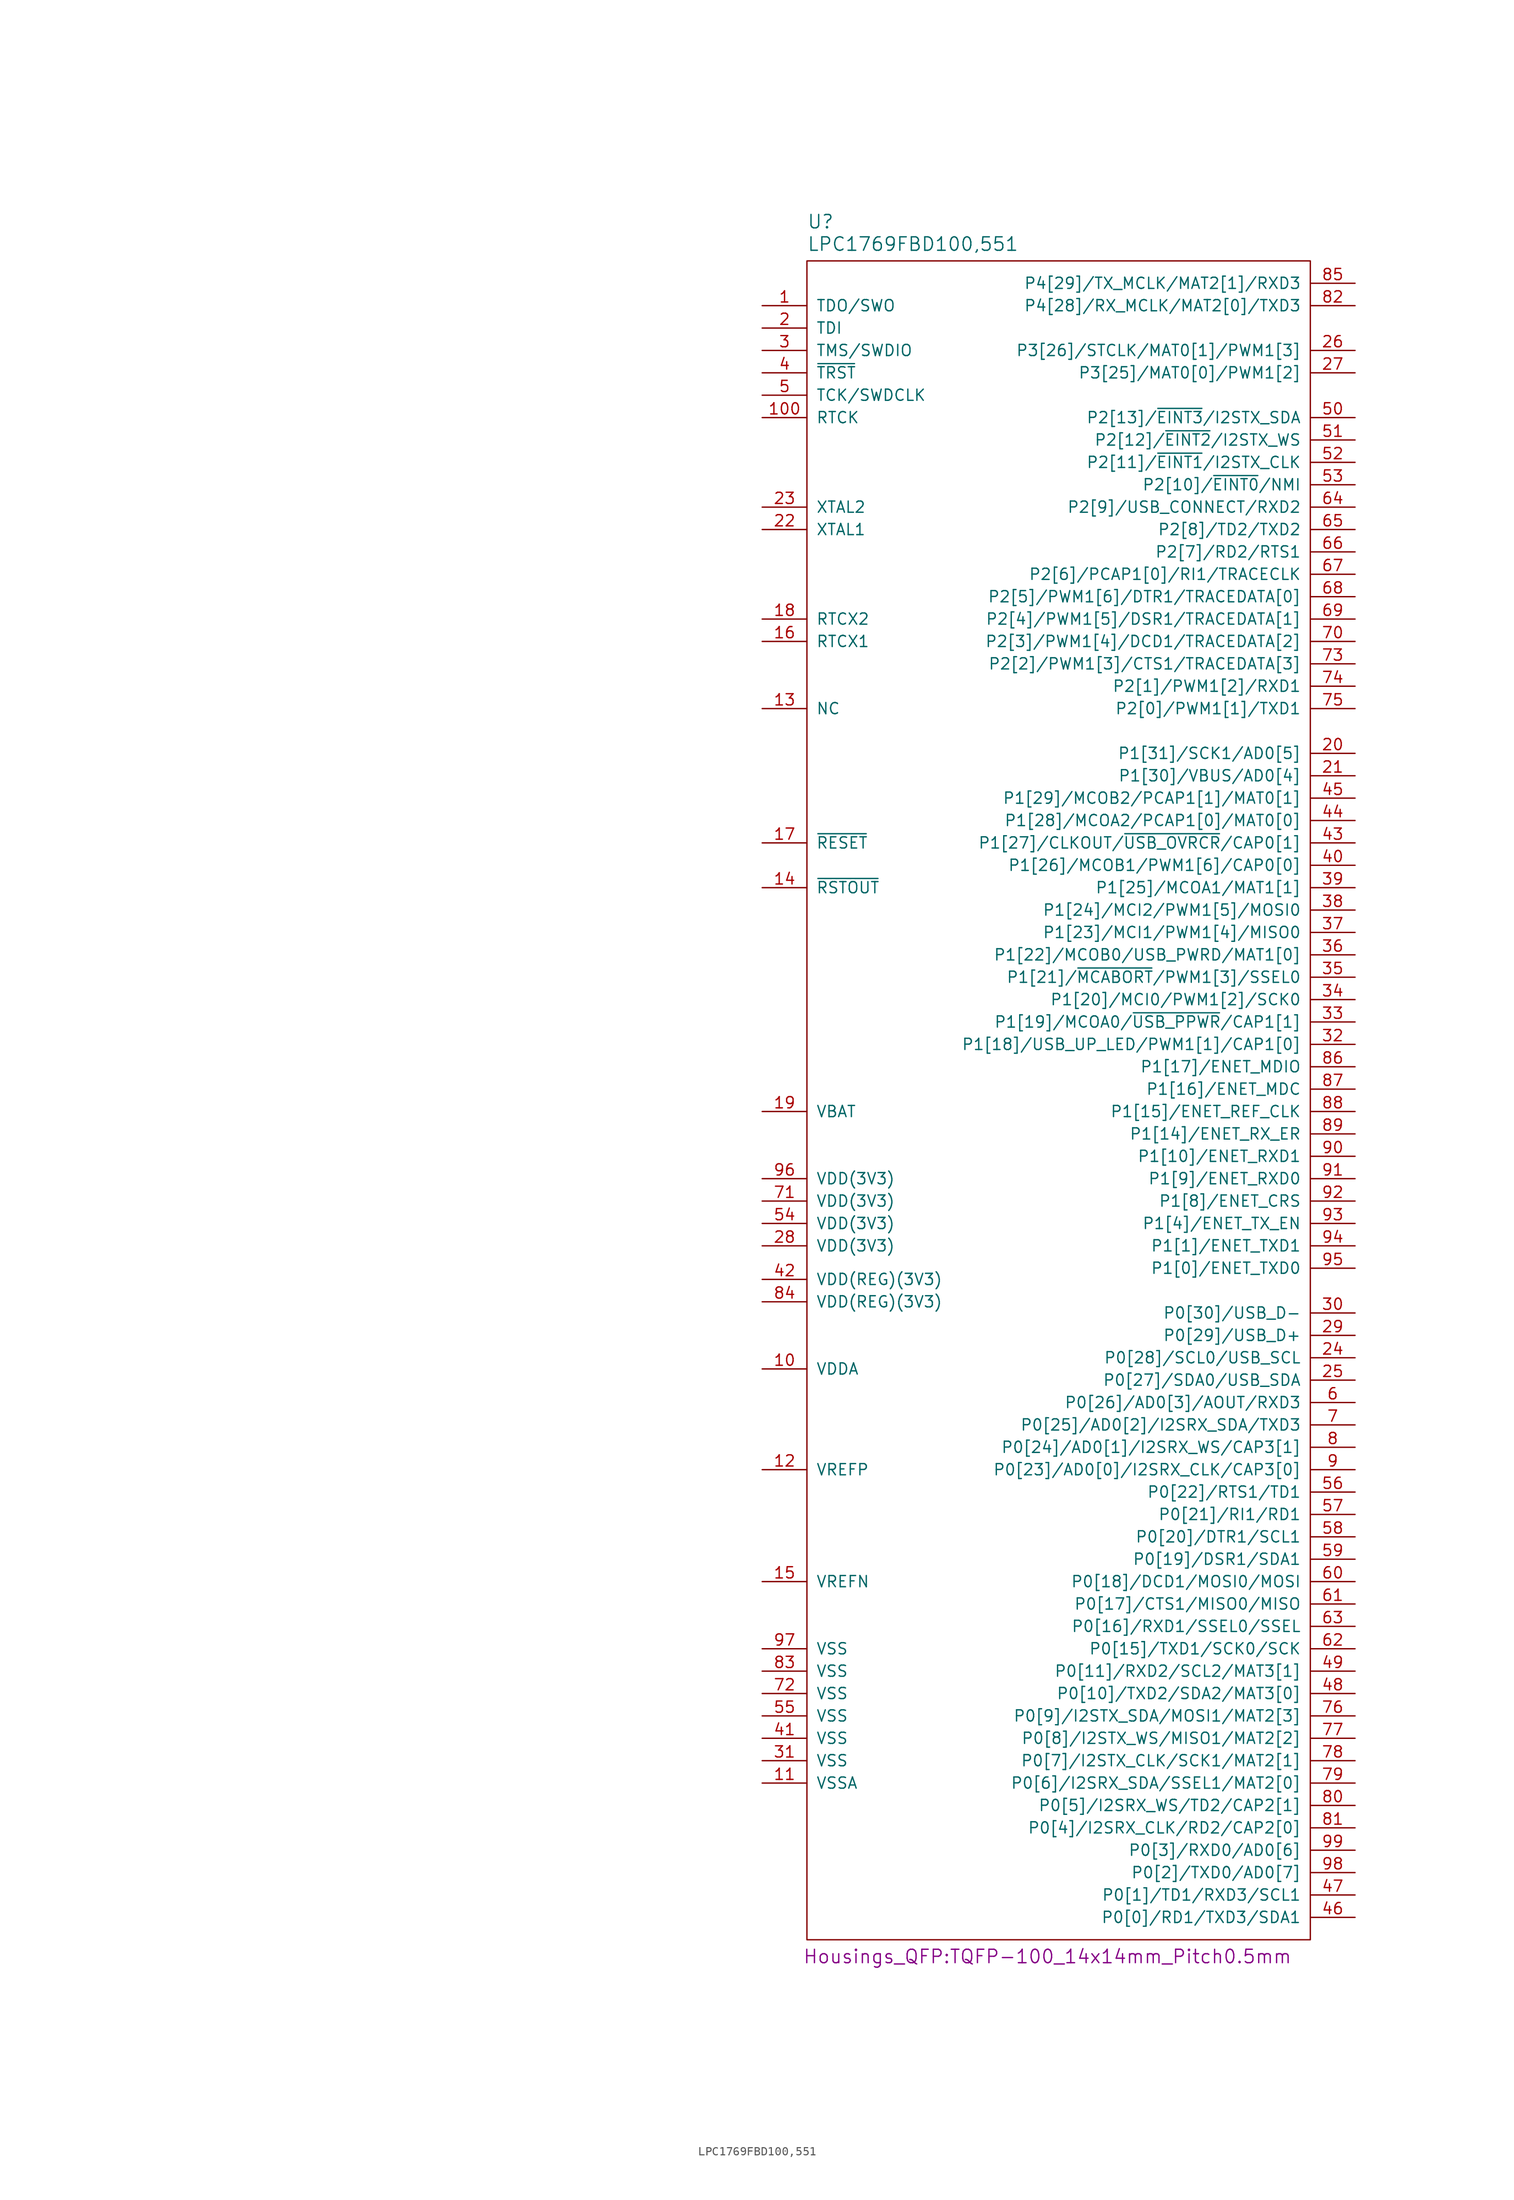
<source format=kicad_sym>
(kicad_symbol_lib
  (version 20211014)
  (generator kicad_symbol_editor)
  (symbol "LPC1769FBD100,551"
    (pin_names
      (offset 1.016))
    (property "Reference" "U"
      (at -29.21 102.235 0)
      (effects (font (size 1.524 1.524)) (justify left)))
    (property "Value" "LPC1769FBD100,551"
      (at -29.21 99.695 0)
      (effects (font (size 1.524 1.524)) (justify left)))
    (property "Footprint" "Housings_QFP:TQFP-100_14x14mm_Pitch0.5mm"
      (at -1.905 -94.615 0)
      (effects (font (size 1.524 1.524))))
    (property "Datasheet" ""
      (at -102.87 -41.91 0)
      (effects (font (size 1.524 1.524))))
    (symbol "LPC1769FBD100,551_0_1"
      (rectangle (start 27.94 -92.71) (end -29.21 97.79) (stroke (width 0) (type default) (color 0 0 0 0)) (fill (type none))))
    (symbol "LPC1769FBD100,551_1_1"
      (pin bidirectional line (at -34.29 92.71 0) (length 5.08) (name "TDO/SWO" (effects (font (size 1.27 1.27)))) (number "1" (effects (font (size 1.27 1.27)))))
      (pin bidirectional line (at -34.29 -27.94 0) (length 5.08) (name "VDDA" (effects (font (size 1.27 1.27)))) (number "10" (effects (font (size 1.27 1.27)))))
      (pin bidirectional line (at -34.29 80.01 0) (length 5.08) (name "RTCK" (effects (font (size 1.27 1.27)))) (number "100" (effects (font (size 1.27 1.27)))))
      (pin bidirectional line (at -34.29 -74.93 0) (length 5.08) (name "VSSA" (effects (font (size 1.27 1.27)))) (number "11" (effects (font (size 1.27 1.27)))))
      (pin bidirectional line (at -34.29 -39.37 0) (length 5.08) (name "VREFP" (effects (font (size 1.27 1.27)))) (number "12" (effects (font (size 1.27 1.27)))))
      (pin bidirectional line (at -34.29 46.99 0) (length 5.08) (name "NC" (effects (font (size 1.27 1.27)))) (number "13" (effects (font (size 1.27 1.27)))))
      (pin bidirectional line (at -34.29 26.67 0) (length 5.08) (name "~{RSTOUT}" (effects (font (size 1.27 1.27)))) (number "14" (effects (font (size 1.27 1.27)))))
      (pin bidirectional line (at -34.29 -52.07 0) (length 5.08) (name "VREFN" (effects (font (size 1.27 1.27)))) (number "15" (effects (font (size 1.27 1.27)))))
      (pin bidirectional line (at -34.29 54.61 0) (length 5.08) (name "RTCX1" (effects (font (size 1.27 1.27)))) (number "16" (effects (font (size 1.27 1.27)))))
      (pin bidirectional line (at -34.29 31.75 0) (length 5.08) (name "~{RESET}" (effects (font (size 1.27 1.27)))) (number "17" (effects (font (size 1.27 1.27)))))
      (pin bidirectional line (at -34.29 57.15 0) (length 5.08) (name "RTCX2" (effects (font (size 1.27 1.27)))) (number "18" (effects (font (size 1.27 1.27)))))
      (pin bidirectional line (at -34.29 1.27 0) (length 5.08) (name "VBAT" (effects (font (size 1.27 1.27)))) (number "19" (effects (font (size 1.27 1.27)))))
      (pin bidirectional line (at -34.29 90.17 0) (length 5.08) (name "TDI" (effects (font (size 1.27 1.27)))) (number "2" (effects (font (size 1.27 1.27)))))
      (pin bidirectional line (at 33.02 41.91 180) (length 5.08) (name "P1[31]/SCK1/AD0[5]" (effects (font (size 1.27 1.27)))) (number "20" (effects (font (size 1.27 1.27)))))
      (pin bidirectional line (at 33.02 39.37 180) (length 5.08) (name "P1[30]/VBUS/AD0[4]" (effects (font (size 1.27 1.27)))) (number "21" (effects (font (size 1.27 1.27)))))
      (pin bidirectional line (at -34.29 67.31 0) (length 5.08) (name "XTAL1" (effects (font (size 1.27 1.27)))) (number "22" (effects (font (size 1.27 1.27)))))
      (pin bidirectional line (at -34.29 69.85 0) (length 5.08) (name "XTAL2" (effects (font (size 1.27 1.27)))) (number "23" (effects (font (size 1.27 1.27)))))
      (pin bidirectional line (at 33.02 -26.67 180) (length 5.08) (name "P0[28]/SCL0/USB_SCL" (effects (font (size 1.27 1.27)))) (number "24" (effects (font (size 1.27 1.27)))))
      (pin bidirectional line (at 33.02 -29.21 180) (length 5.08) (name "P0[27]/SDA0/USB_SDA" (effects (font (size 1.27 1.27)))) (number "25" (effects (font (size 1.27 1.27)))))
      (pin bidirectional line (at 33.02 87.63 180) (length 5.08) (name "P3[26]/STCLK/MAT0[1]/PWM1[3]" (effects (font (size 1.27 1.27)))) (number "26" (effects (font (size 1.27 1.27)))))
      (pin bidirectional line (at 33.02 85.09 180) (length 5.08) (name "P3[25]/MAT0[0]/PWM1[2]" (effects (font (size 1.27 1.27)))) (number "27" (effects (font (size 1.27 1.27)))))
      (pin bidirectional line (at -34.29 -13.97 0) (length 5.08) (name "VDD(3V3)" (effects (font (size 1.27 1.27)))) (number "28" (effects (font (size 1.27 1.27)))))
      (pin bidirectional line (at 33.02 -24.13 180) (length 5.08) (name "P0[29]/USB_D+" (effects (font (size 1.27 1.27)))) (number "29" (effects (font (size 1.27 1.27)))))
      (pin bidirectional line (at -34.29 87.63 0) (length 5.08) (name "TMS/SWDIO" (effects (font (size 1.27 1.27)))) (number "3" (effects (font (size 1.27 1.27)))))
      (pin bidirectional line (at 33.02 -21.59 180) (length 5.08) (name "P0[30]/USB_D-" (effects (font (size 1.27 1.27)))) (number "30" (effects (font (size 1.27 1.27)))))
      (pin bidirectional line (at -34.29 -72.39 0) (length 5.08) (name "VSS" (effects (font (size 1.27 1.27)))) (number "31" (effects (font (size 1.27 1.27)))))
      (pin bidirectional line (at 33.02 8.89 180) (length 5.08) (name "P1[18]/USB_UP_LED/PWM1[1]/CAP1[0]" (effects (font (size 1.27 1.27)))) (number "32" (effects (font (size 1.27 1.27)))))
      (pin bidirectional line (at 33.02 11.43 180) (length 5.08) (name "P1[19]/MCOA0/~{USB_PPWR}/CAP1[1]" (effects (font (size 1.27 1.27)))) (number "33" (effects (font (size 1.27 1.27)))))
      (pin bidirectional line (at 33.02 13.97 180) (length 5.08) (name "P1[20]/MCI0/PWM1[2]/SCK0" (effects (font (size 1.27 1.27)))) (number "34" (effects (font (size 1.27 1.27)))))
      (pin bidirectional line (at 33.02 16.51 180) (length 5.08) (name "P1[21]/~{MCABORT}/PWM1[3]/SSEL0" (effects (font (size 1.27 1.27)))) (number "35" (effects (font (size 1.27 1.27)))))
      (pin bidirectional line (at 33.02 19.05 180) (length 5.08) (name "P1[22]/MCOB0/USB_PWRD/MAT1[0]" (effects (font (size 1.27 1.27)))) (number "36" (effects (font (size 1.27 1.27)))))
      (pin bidirectional line (at 33.02 21.59 180) (length 5.08) (name "P1[23]/MCI1/PWM1[4]/MISO0" (effects (font (size 1.27 1.27)))) (number "37" (effects (font (size 1.27 1.27)))))
      (pin bidirectional line (at 33.02 24.13 180) (length 5.08) (name "P1[24]/MCI2/PWM1[5]/MOSI0" (effects (font (size 1.27 1.27)))) (number "38" (effects (font (size 1.27 1.27)))))
      (pin bidirectional line (at 33.02 26.67 180) (length 5.08) (name "P1[25]/MCOA1/MAT1[1]" (effects (font (size 1.27 1.27)))) (number "39" (effects (font (size 1.27 1.27)))))
      (pin bidirectional line (at -34.29 85.09 0) (length 5.08) (name "~{TRST}" (effects (font (size 1.27 1.27)))) (number "4" (effects (font (size 1.27 1.27)))))
      (pin bidirectional line (at 33.02 29.21 180) (length 5.08) (name "P1[26]/MCOB1/PWM1[6]/CAP0[0]" (effects (font (size 1.27 1.27)))) (number "40" (effects (font (size 1.27 1.27)))))
      (pin bidirectional line (at -34.29 -69.85 0) (length 5.08) (name "VSS" (effects (font (size 1.27 1.27)))) (number "41" (effects (font (size 1.27 1.27)))))
      (pin bidirectional line (at -34.29 -17.78 0) (length 5.08) (name "VDD(REG)(3V3)" (effects (font (size 1.27 1.27)))) (number "42" (effects (font (size 1.27 1.27)))))
      (pin bidirectional line (at 33.02 31.75 180) (length 5.08) (name "P1[27]/CLKOUT/~{USB_OVRCR}/CAP0[1]" (effects (font (size 1.27 1.27)))) (number "43" (effects (font (size 1.27 1.27)))))
      (pin bidirectional line (at 33.02 34.29 180) (length 5.08) (name "P1[28]/MCOA2/PCAP1[0]/MAT0[0]" (effects (font (size 1.27 1.27)))) (number "44" (effects (font (size 1.27 1.27)))))
      (pin bidirectional line (at 33.02 36.83 180) (length 5.08) (name "P1[29]/MCOB2/PCAP1[1]/MAT0[1]" (effects (font (size 1.27 1.27)))) (number "45" (effects (font (size 1.27 1.27)))))
      (pin bidirectional line (at 33.02 -90.17 180) (length 5.08) (name "P0[0]/RD1/TXD3/SDA1" (effects (font (size 1.27 1.27)))) (number "46" (effects (font (size 1.27 1.27)))))
      (pin bidirectional line (at 33.02 -87.63 180) (length 5.08) (name "P0[1]/TD1/RXD3/SCL1" (effects (font (size 1.27 1.27)))) (number "47" (effects (font (size 1.27 1.27)))))
      (pin bidirectional line (at 33.02 -64.77 180) (length 5.08) (name "P0[10]/TXD2/SDA2/MAT3[0]" (effects (font (size 1.27 1.27)))) (number "48" (effects (font (size 1.27 1.27)))))
      (pin bidirectional line (at 33.02 -62.23 180) (length 5.08) (name "P0[11]/RXD2/SCL2/MAT3[1]" (effects (font (size 1.27 1.27)))) (number "49" (effects (font (size 1.27 1.27)))))
      (pin bidirectional line (at -34.29 82.55 0) (length 5.08) (name "TCK/SWDCLK" (effects (font (size 1.27 1.27)))) (number "5" (effects (font (size 1.27 1.27)))))
      (pin bidirectional line (at 33.02 80.01 180) (length 5.08) (name "P2[13]/~{EINT3}/I2STX_SDA" (effects (font (size 1.27 1.27)))) (number "50" (effects (font (size 1.27 1.27)))))
      (pin bidirectional line (at 33.02 77.47 180) (length 5.08) (name "P2[12]/~{EINT2}/I2STX_WS" (effects (font (size 1.27 1.27)))) (number "51" (effects (font (size 1.27 1.27)))))
      (pin bidirectional line (at 33.02 74.93 180) (length 5.08) (name "P2[11]/~{EINT1}/I2STX_CLK" (effects (font (size 1.27 1.27)))) (number "52" (effects (font (size 1.27 1.27)))))
      (pin bidirectional line (at 33.02 72.39 180) (length 5.08) (name "P2[10]/~{EINT0}/NMI" (effects (font (size 1.27 1.27)))) (number "53" (effects (font (size 1.27 1.27)))))
      (pin bidirectional line (at -34.29 -11.43 0) (length 5.08) (name "VDD(3V3)" (effects (font (size 1.27 1.27)))) (number "54" (effects (font (size 1.27 1.27)))))
      (pin bidirectional line (at -34.29 -67.31 0) (length 5.08) (name "VSS" (effects (font (size 1.27 1.27)))) (number "55" (effects (font (size 1.27 1.27)))))
      (pin bidirectional line (at 33.02 -41.91 180) (length 5.08) (name "P0[22]/RTS1/TD1" (effects (font (size 1.27 1.27)))) (number "56" (effects (font (size 1.27 1.27)))))
      (pin bidirectional line (at 33.02 -44.45 180) (length 5.08) (name "P0[21]/RI1/RD1" (effects (font (size 1.27 1.27)))) (number "57" (effects (font (size 1.27 1.27)))))
      (pin bidirectional line (at 33.02 -46.99 180) (length 5.08) (name "P0[20]/DTR1/SCL1" (effects (font (size 1.27 1.27)))) (number "58" (effects (font (size 1.27 1.27)))))
      (pin bidirectional line (at 33.02 -49.53 180) (length 5.08) (name "P0[19]/DSR1/SDA1" (effects (font (size 1.27 1.27)))) (number "59" (effects (font (size 1.27 1.27)))))
      (pin bidirectional line (at 33.02 -31.75 180) (length 5.08) (name "P0[26]/AD0[3]/AOUT/RXD3" (effects (font (size 1.27 1.27)))) (number "6" (effects (font (size 1.27 1.27)))))
      (pin bidirectional line (at 33.02 -52.07 180) (length 5.08) (name "P0[18]/DCD1/MOSI0/MOSI" (effects (font (size 1.27 1.27)))) (number "60" (effects (font (size 1.27 1.27)))))
      (pin bidirectional line (at 33.02 -54.61 180) (length 5.08) (name "P0[17]/CTS1/MISO0/MISO" (effects (font (size 1.27 1.27)))) (number "61" (effects (font (size 1.27 1.27)))))
      (pin bidirectional line (at 33.02 -59.69 180) (length 5.08) (name "P0[15]/TXD1/SCK0/SCK" (effects (font (size 1.27 1.27)))) (number "62" (effects (font (size 1.27 1.27)))))
      (pin bidirectional line (at 33.02 -57.15 180) (length 5.08) (name "P0[16]/RXD1/SSEL0/SSEL" (effects (font (size 1.27 1.27)))) (number "63" (effects (font (size 1.27 1.27)))))
      (pin bidirectional line (at 33.02 69.85 180) (length 5.08) (name "P2[9]/USB_CONNECT/RXD2" (effects (font (size 1.27 1.27)))) (number "64" (effects (font (size 1.27 1.27)))))
      (pin bidirectional line (at 33.02 67.31 180) (length 5.08) (name "P2[8]/TD2/TXD2" (effects (font (size 1.27 1.27)))) (number "65" (effects (font (size 1.27 1.27)))))
      (pin bidirectional line (at 33.02 64.77 180) (length 5.08) (name "P2[7]/RD2/RTS1" (effects (font (size 1.27 1.27)))) (number "66" (effects (font (size 1.27 1.27)))))
      (pin bidirectional line (at 33.02 62.23 180) (length 5.08) (name "P2[6]/PCAP1[0]/RI1/TRACECLK" (effects (font (size 1.27 1.27)))) (number "67" (effects (font (size 1.27 1.27)))))
      (pin bidirectional line (at 33.02 59.69 180) (length 5.08) (name "P2[5]/PWM1[6]/DTR1/TRACEDATA[0]" (effects (font (size 1.27 1.27)))) (number "68" (effects (font (size 1.27 1.27)))))
      (pin bidirectional line (at 33.02 57.15 180) (length 5.08) (name "P2[4]/PWM1[5]/DSR1/TRACEDATA[1]" (effects (font (size 1.27 1.27)))) (number "69" (effects (font (size 1.27 1.27)))))
      (pin bidirectional line (at 33.02 -34.29 180) (length 5.08) (name "P0[25]/AD0[2]/I2SRX_SDA/TXD3" (effects (font (size 1.27 1.27)))) (number "7" (effects (font (size 1.27 1.27)))))
      (pin bidirectional line (at 33.02 54.61 180) (length 5.08) (name "P2[3]/PWM1[4]/DCD1/TRACEDATA[2]" (effects (font (size 1.27 1.27)))) (number "70" (effects (font (size 1.27 1.27)))))
      (pin bidirectional line (at -34.29 -8.89 0) (length 5.08) (name "VDD(3V3)" (effects (font (size 1.27 1.27)))) (number "71" (effects (font (size 1.27 1.27)))))
      (pin bidirectional line (at -34.29 -64.77 0) (length 5.08) (name "VSS" (effects (font (size 1.27 1.27)))) (number "72" (effects (font (size 1.27 1.27)))))
      (pin bidirectional line (at 33.02 52.07 180) (length 5.08) (name "P2[2]/PWM1[3]/CTS1/TRACEDATA[3]" (effects (font (size 1.27 1.27)))) (number "73" (effects (font (size 1.27 1.27)))))
      (pin bidirectional line (at 33.02 49.53 180) (length 5.08) (name "P2[1]/PWM1[2]/RXD1" (effects (font (size 1.27 1.27)))) (number "74" (effects (font (size 1.27 1.27)))))
      (pin bidirectional line (at 33.02 46.99 180) (length 5.08) (name "P2[0]/PWM1[1]/TXD1" (effects (font (size 1.27 1.27)))) (number "75" (effects (font (size 1.27 1.27)))))
      (pin bidirectional line (at 33.02 -67.31 180) (length 5.08) (name "P0[9]/I2STX_SDA/MOSI1/MAT2[3]" (effects (font (size 1.27 1.27)))) (number "76" (effects (font (size 1.27 1.27)))))
      (pin bidirectional line (at 33.02 -69.85 180) (length 5.08) (name "P0[8]/I2STX_WS/MISO1/MAT2[2]" (effects (font (size 1.27 1.27)))) (number "77" (effects (font (size 1.27 1.27)))))
      (pin bidirectional line (at 33.02 -72.39 180) (length 5.08) (name "P0[7]/I2STX_CLK/SCK1/MAT2[1]" (effects (font (size 1.27 1.27)))) (number "78" (effects (font (size 1.27 1.27)))))
      (pin bidirectional line (at 33.02 -74.93 180) (length 5.08) (name "P0[6]/I2SRX_SDA/SSEL1/MAT2[0]" (effects (font (size 1.27 1.27)))) (number "79" (effects (font (size 1.27 1.27)))))
      (pin bidirectional line (at 33.02 -36.83 180) (length 5.08) (name "P0[24]/AD0[1]/I2SRX_WS/CAP3[1]" (effects (font (size 1.27 1.27)))) (number "8" (effects (font (size 1.27 1.27)))))
      (pin bidirectional line (at 33.02 -77.47 180) (length 5.08) (name "P0[5]/I2SRX_WS/TD2/CAP2[1]" (effects (font (size 1.27 1.27)))) (number "80" (effects (font (size 1.27 1.27)))))
      (pin bidirectional line (at 33.02 -80.01 180) (length 5.08) (name "P0[4]/I2SRX_CLK/RD2/CAP2[0]" (effects (font (size 1.27 1.27)))) (number "81" (effects (font (size 1.27 1.27)))))
      (pin bidirectional line (at 33.02 92.71 180) (length 5.08) (name "P4[28]/RX_MCLK/MAT2[0]/TXD3" (effects (font (size 1.27 1.27)))) (number "82" (effects (font (size 1.27 1.27)))))
      (pin bidirectional line (at -34.29 -62.23 0) (length 5.08) (name "VSS" (effects (font (size 1.27 1.27)))) (number "83" (effects (font (size 1.27 1.27)))))
      (pin bidirectional line (at -34.29 -20.32 0) (length 5.08) (name "VDD(REG)(3V3)" (effects (font (size 1.27 1.27)))) (number "84" (effects (font (size 1.27 1.27)))))
      (pin bidirectional line (at 33.02 95.25 180) (length 5.08) (name "P4[29]/TX_MCLK/MAT2[1]/RXD3" (effects (font (size 1.27 1.27)))) (number "85" (effects (font (size 1.27 1.27)))))
      (pin bidirectional line (at 33.02 6.35 180) (length 5.08) (name "P1[17]/ENET_MDIO" (effects (font (size 1.27 1.27)))) (number "86" (effects (font (size 1.27 1.27)))))
      (pin bidirectional line (at 33.02 3.81 180) (length 5.08) (name "P1[16]/ENET_MDC" (effects (font (size 1.27 1.27)))) (number "87" (effects (font (size 1.27 1.27)))))
      (pin bidirectional line (at 33.02 1.27 180) (length 5.08) (name "P1[15]/ENET_REF_CLK" (effects (font (size 1.27 1.27)))) (number "88" (effects (font (size 1.27 1.27)))))
      (pin bidirectional line (at 33.02 -1.27 180) (length 5.08) (name "P1[14]/ENET_RX_ER" (effects (font (size 1.27 1.27)))) (number "89" (effects (font (size 1.27 1.27)))))
      (pin bidirectional line (at 33.02 -39.37 180) (length 5.08) (name "P0[23]/AD0[0]/I2SRX_CLK/CAP3[0]" (effects (font (size 1.27 1.27)))) (number "9" (effects (font (size 1.27 1.27)))))
      (pin bidirectional line (at 33.02 -3.81 180) (length 5.08) (name "P1[10]/ENET_RXD1" (effects (font (size 1.27 1.27)))) (number "90" (effects (font (size 1.27 1.27)))))
      (pin bidirectional line (at 33.02 -6.35 180) (length 5.08) (name "P1[9]/ENET_RXD0" (effects (font (size 1.27 1.27)))) (number "91" (effects (font (size 1.27 1.27)))))
      (pin bidirectional line (at 33.02 -8.89 180) (length 5.08) (name "P1[8]/ENET_CRS" (effects (font (size 1.27 1.27)))) (number "92" (effects (font (size 1.27 1.27)))))
      (pin bidirectional line (at 33.02 -11.43 180) (length 5.08) (name "P1[4]/ENET_TX_EN" (effects (font (size 1.27 1.27)))) (number "93" (effects (font (size 1.27 1.27)))))
      (pin bidirectional line (at 33.02 -13.97 180) (length 5.08) (name "P1[1]/ENET_TXD1" (effects (font (size 1.27 1.27)))) (number "94" (effects (font (size 1.27 1.27)))))
      (pin bidirectional line (at 33.02 -16.51 180) (length 5.08) (name "P1[0]/ENET_TXD0" (effects (font (size 1.27 1.27)))) (number "95" (effects (font (size 1.27 1.27)))))
      (pin bidirectional line (at -34.29 -6.35 0) (length 5.08) (name "VDD(3V3)" (effects (font (size 1.27 1.27)))) (number "96" (effects (font (size 1.27 1.27)))))
      (pin bidirectional line (at -34.29 -59.69 0) (length 5.08) (name "VSS" (effects (font (size 1.27 1.27)))) (number "97" (effects (font (size 1.27 1.27)))))
      (pin bidirectional line (at 33.02 -85.09 180) (length 5.08) (name "P0[2]/TXD0/AD0[7]" (effects (font (size 1.27 1.27)))) (number "98" (effects (font (size 1.27 1.27)))))
      (pin bidirectional line (at 33.02 -82.55 180) (length 5.08) (name "P0[3]/RXD0/AD0[6]" (effects (font (size 1.27 1.27)))) (number "99" (effects (font (size 1.27 1.27))))))))
</source>
